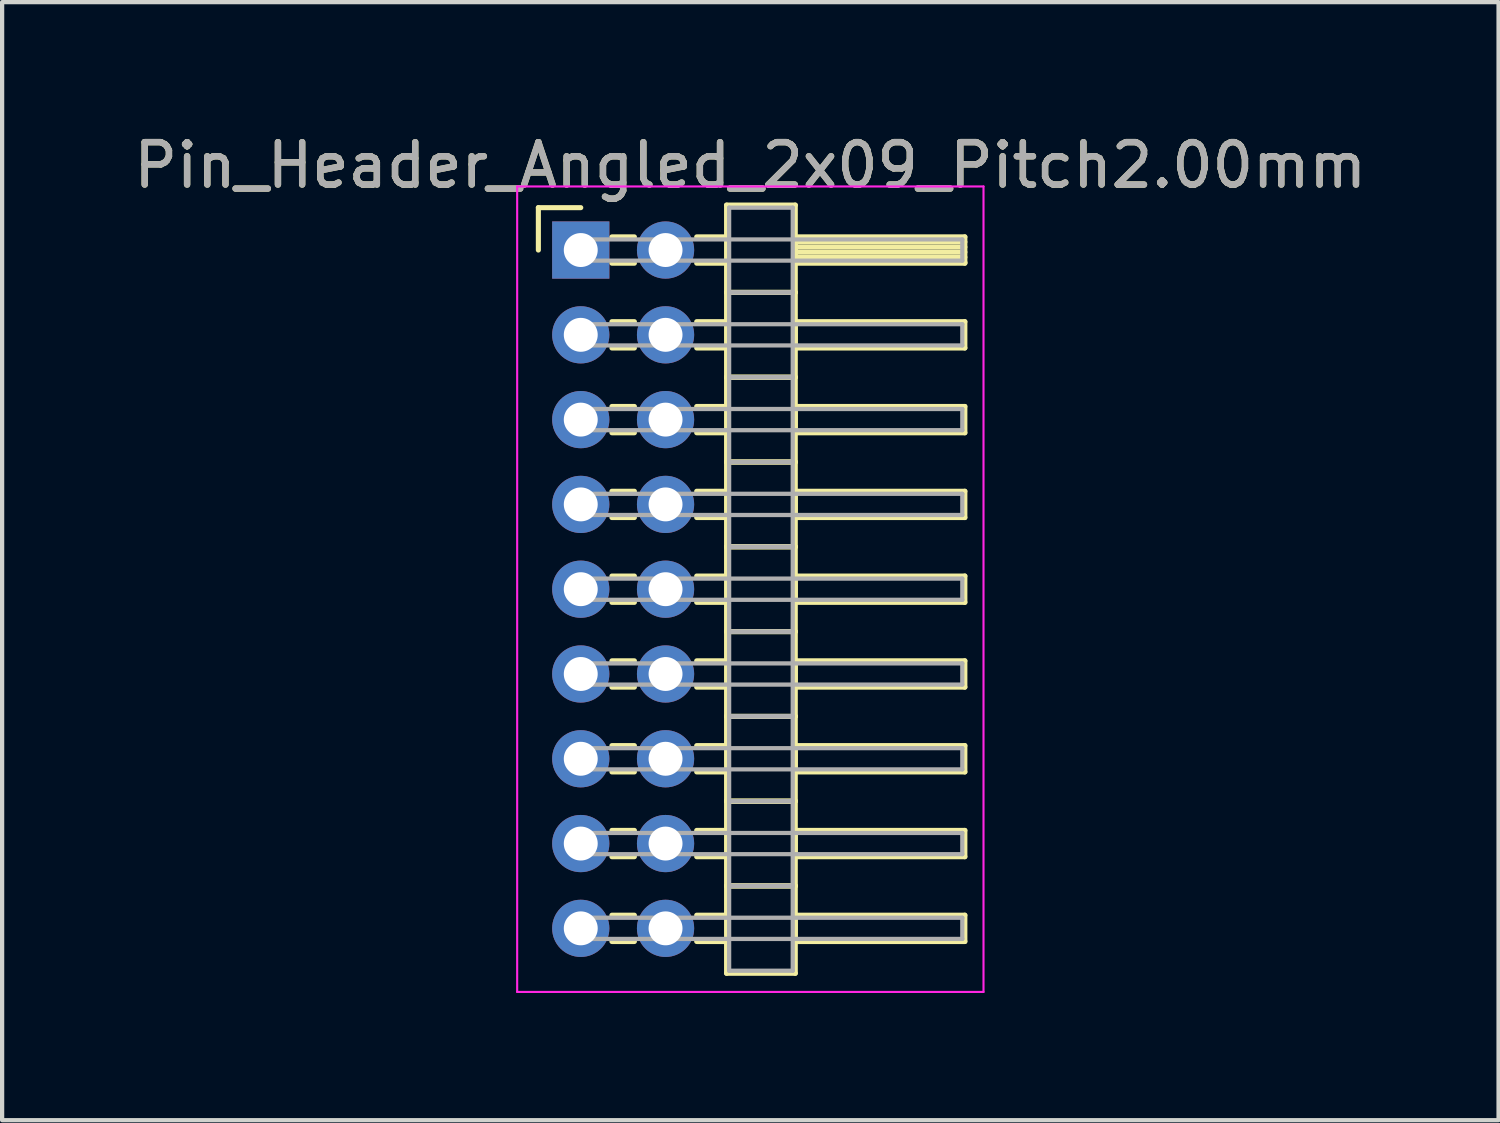
<source format=kicad_pcb>
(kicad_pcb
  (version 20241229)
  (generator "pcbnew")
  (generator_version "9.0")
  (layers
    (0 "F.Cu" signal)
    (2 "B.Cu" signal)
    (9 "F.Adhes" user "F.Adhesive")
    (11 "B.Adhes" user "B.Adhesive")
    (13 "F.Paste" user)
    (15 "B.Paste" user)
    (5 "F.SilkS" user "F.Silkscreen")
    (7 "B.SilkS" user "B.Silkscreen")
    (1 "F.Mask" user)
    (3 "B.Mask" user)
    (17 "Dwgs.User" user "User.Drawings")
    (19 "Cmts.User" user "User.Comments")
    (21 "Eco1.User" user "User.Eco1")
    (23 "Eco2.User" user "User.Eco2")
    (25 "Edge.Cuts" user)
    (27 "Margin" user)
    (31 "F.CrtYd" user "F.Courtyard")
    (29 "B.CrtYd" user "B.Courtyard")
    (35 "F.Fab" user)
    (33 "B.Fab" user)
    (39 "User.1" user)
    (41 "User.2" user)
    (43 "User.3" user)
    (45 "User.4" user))
  (footprint "Pin_Header_Angled_2x09_Pitch2.00mm"
    (layer "F.Cu")
    (at 10.649 2.848)
    (property "Reference" "Pin_Header_Angled_2x09_Pitch2.00mm" (at 4 -2 0) (layer "F.SilkS") (effects (font (size 1 1) (thickness 0.15))))
    (attr through_hole)
    (fp_line (start -1 -1) (end 0 -1) (stroke (width 0.12) (type solid)) (layer "F.SilkS"))
    (fp_line (start -1 0) (end -1 -1) (stroke (width 0.12) (type solid)) (layer "F.SilkS"))
    (fp_line (start 0.735 -0.31) (end 1.265 -0.31) (stroke (width 0.12) (type solid)) (layer "F.SilkS"))
    (fp_line (start 0.735 0.31) (end 1.265 0.31) (stroke (width 0.12) (type solid)) (layer "F.SilkS"))
    (fp_line (start 0.735 1.69) (end 1.265 1.69) (stroke (width 0.12) (type solid)) (layer "F.SilkS"))
    (fp_line (start 0.735 2.31) (end 1.265 2.31) (stroke (width 0.12) (type solid)) (layer "F.SilkS"))
    (fp_line (start 0.735 3.69) (end 1.265 3.69) (stroke (width 0.12) (type solid)) (layer "F.SilkS"))
    (fp_line (start 0.735 4.31) (end 1.265 4.31) (stroke (width 0.12) (type solid)) (layer "F.SilkS"))
    (fp_line (start 0.735 5.69) (end 1.265 5.69) (stroke (width 0.12) (type solid)) (layer "F.SilkS"))
    (fp_line (start 0.735 6.31) (end 1.265 6.31) (stroke (width 0.12) (type solid)) (layer "F.SilkS"))
    (fp_line (start 0.735 7.69) (end 1.265 7.69) (stroke (width 0.12) (type solid)) (layer "F.SilkS"))
    (fp_line (start 0.735 8.31) (end 1.265 8.31) (stroke (width 0.12) (type solid)) (layer "F.SilkS"))
    (fp_line (start 0.735 9.69) (end 1.265 9.69) (stroke (width 0.12) (type solid)) (layer "F.SilkS"))
    (fp_line (start 0.735 10.31) (end 1.265 10.31) (stroke (width 0.12) (type solid)) (layer "F.SilkS"))
    (fp_line (start 0.735 11.69) (end 1.265 11.69) (stroke (width 0.12) (type solid)) (layer "F.SilkS"))
    (fp_line (start 0.735 12.31) (end 1.265 12.31) (stroke (width 0.12) (type solid)) (layer "F.SilkS"))
    (fp_line (start 0.735 13.69) (end 1.265 13.69) (stroke (width 0.12) (type solid)) (layer "F.SilkS"))
    (fp_line (start 0.735 14.31) (end 1.265 14.31) (stroke (width 0.12) (type solid)) (layer "F.SilkS"))
    (fp_line (start 0.735 15.69) (end 1.265 15.69) (stroke (width 0.12) (type solid)) (layer "F.SilkS"))
    (fp_line (start 0.735 16.31) (end 1.265 16.31) (stroke (width 0.12) (type solid)) (layer "F.SilkS"))
    (fp_line (start 2.735 -0.31) (end 3.44 -0.31) (stroke (width 0.12) (type solid)) (layer "F.SilkS"))
    (fp_line (start 2.735 0.31) (end 3.44 0.31) (stroke (width 0.12) (type solid)) (layer "F.SilkS"))
    (fp_line (start 2.735 1.69) (end 3.44 1.69) (stroke (width 0.12) (type solid)) (layer "F.SilkS"))
    (fp_line (start 2.735 2.31) (end 3.44 2.31) (stroke (width 0.12) (type solid)) (layer "F.SilkS"))
    (fp_line (start 2.735 3.69) (end 3.44 3.69) (stroke (width 0.12) (type solid)) (layer "F.SilkS"))
    (fp_line (start 2.735 4.31) (end 3.44 4.31) (stroke (width 0.12) (type solid)) (layer "F.SilkS"))
    (fp_line (start 2.735 5.69) (end 3.44 5.69) (stroke (width 0.12) (type solid)) (layer "F.SilkS"))
    (fp_line (start 2.735 6.31) (end 3.44 6.31) (stroke (width 0.12) (type solid)) (layer "F.SilkS"))
    (fp_line (start 2.735 7.69) (end 3.44 7.69) (stroke (width 0.12) (type solid)) (layer "F.SilkS"))
    (fp_line (start 2.735 8.31) (end 3.44 8.31) (stroke (width 0.12) (type solid)) (layer "F.SilkS"))
    (fp_line (start 2.735 9.69) (end 3.44 9.69) (stroke (width 0.12) (type solid)) (layer "F.SilkS"))
    (fp_line (start 2.735 10.31) (end 3.44 10.31) (stroke (width 0.12) (type solid)) (layer "F.SilkS"))
    (fp_line (start 2.735 11.69) (end 3.44 11.69) (stroke (width 0.12) (type solid)) (layer "F.SilkS"))
    (fp_line (start 2.735 12.31) (end 3.44 12.31) (stroke (width 0.12) (type solid)) (layer "F.SilkS"))
    (fp_line (start 2.735 13.69) (end 3.44 13.69) (stroke (width 0.12) (type solid)) (layer "F.SilkS"))
    (fp_line (start 2.735 14.31) (end 3.44 14.31) (stroke (width 0.12) (type solid)) (layer "F.SilkS"))
    (fp_line (start 2.735 15.69) (end 3.44 15.69) (stroke (width 0.12) (type solid)) (layer "F.SilkS"))
    (fp_line (start 2.735 16.31) (end 3.44 16.31) (stroke (width 0.12) (type solid)) (layer "F.SilkS"))
    (fp_line (start 3.44 -1.06) (end 3.44 1) (stroke (width 0.12) (type solid)) (layer "F.SilkS"))
    (fp_line (start 3.44 1) (end 3.44 3) (stroke (width 0.12) (type solid)) (layer "F.SilkS"))
    (fp_line (start 3.44 1) (end 5.06 1) (stroke (width 0.12) (type solid)) (layer "F.SilkS"))
    (fp_line (start 3.44 3) (end 3.44 5) (stroke (width 0.12) (type solid)) (layer "F.SilkS"))
    (fp_line (start 3.44 3) (end 5.06 3) (stroke (width 0.12) (type solid)) (layer "F.SilkS"))
    (fp_line (start 3.44 5) (end 3.44 7) (stroke (width 0.12) (type solid)) (layer "F.SilkS"))
    (fp_line (start 3.44 5) (end 5.06 5) (stroke (width 0.12) (type solid)) (layer "F.SilkS"))
    (fp_line (start 3.44 7) (end 3.44 9) (stroke (width 0.12) (type solid)) (layer "F.SilkS"))
    (fp_line (start 3.44 7) (end 5.06 7) (stroke (width 0.12) (type solid)) (layer "F.SilkS"))
    (fp_line (start 3.44 9) (end 3.44 11) (stroke (width 0.12) (type solid)) (layer "F.SilkS"))
    (fp_line (start 3.44 9) (end 5.06 9) (stroke (width 0.12) (type solid)) (layer "F.SilkS"))
    (fp_line (start 3.44 11) (end 3.44 13) (stroke (width 0.12) (type solid)) (layer "F.SilkS"))
    (fp_line (start 3.44 11) (end 5.06 11) (stroke (width 0.12) (type solid)) (layer "F.SilkS"))
    (fp_line (start 3.44 13) (end 3.44 15) (stroke (width 0.12) (type solid)) (layer "F.SilkS"))
    (fp_line (start 3.44 13) (end 5.06 13) (stroke (width 0.12) (type solid)) (layer "F.SilkS"))
    (fp_line (start 3.44 15) (end 3.44 17.06) (stroke (width 0.12) (type solid)) (layer "F.SilkS"))
    (fp_line (start 3.44 15) (end 5.06 15) (stroke (width 0.12) (type solid)) (layer "F.SilkS"))
    (fp_line (start 3.44 17.06) (end 5.06 17.06) (stroke (width 0.12) (type solid)) (layer "F.SilkS"))
    (fp_line (start 5.06 -1.06) (end 3.44 -1.06) (stroke (width 0.12) (type solid)) (layer "F.SilkS"))
    (fp_line (start 5.06 -0.31) (end 5.06 0.31) (stroke (width 0.12) (type solid)) (layer "F.SilkS"))
    (fp_line (start 5.06 -0.19) (end 9.06 -0.19) (stroke (width 0.12) (type solid)) (layer "F.SilkS"))
    (fp_line (start 5.06 -0.07) (end 9.06 -0.07) (stroke (width 0.12) (type solid)) (layer "F.SilkS"))
    (fp_line (start 5.06 0.05) (end 9.06 0.05) (stroke (width 0.12) (type solid)) (layer "F.SilkS"))
    (fp_line (start 5.06 0.17) (end 9.06 0.17) (stroke (width 0.12) (type solid)) (layer "F.SilkS"))
    (fp_line (start 5.06 0.29) (end 9.06 0.29) (stroke (width 0.12) (type solid)) (layer "F.SilkS"))
    (fp_line (start 5.06 0.31) (end 9.06 0.31) (stroke (width 0.12) (type solid)) (layer "F.SilkS"))
    (fp_line (start 5.06 1) (end 3.44 1) (stroke (width 0.12) (type solid)) (layer "F.SilkS"))
    (fp_line (start 5.06 1) (end 5.06 -1.06) (stroke (width 0.12) (type solid)) (layer "F.SilkS"))
    (fp_line (start 5.06 1.69) (end 5.06 2.31) (stroke (width 0.12) (type solid)) (layer "F.SilkS"))
    (fp_line (start 5.06 2.31) (end 9.06 2.31) (stroke (width 0.12) (type solid)) (layer "F.SilkS"))
    (fp_line (start 5.06 3) (end 3.44 3) (stroke (width 0.12) (type solid)) (layer "F.SilkS"))
    (fp_line (start 5.06 3) (end 5.06 1) (stroke (width 0.12) (type solid)) (layer "F.SilkS"))
    (fp_line (start 5.06 3.69) (end 5.06 4.31) (stroke (width 0.12) (type solid)) (layer "F.SilkS"))
    (fp_line (start 5.06 4.31) (end 9.06 4.31) (stroke (width 0.12) (type solid)) (layer "F.SilkS"))
    (fp_line (start 5.06 5) (end 3.44 5) (stroke (width 0.12) (type solid)) (layer "F.SilkS"))
    (fp_line (start 5.06 5) (end 5.06 3) (stroke (width 0.12) (type solid)) (layer "F.SilkS"))
    (fp_line (start 5.06 5.69) (end 5.06 6.31) (stroke (width 0.12) (type solid)) (layer "F.SilkS"))
    (fp_line (start 5.06 6.31) (end 9.06 6.31) (stroke (width 0.12) (type solid)) (layer "F.SilkS"))
    (fp_line (start 5.06 7) (end 3.44 7) (stroke (width 0.12) (type solid)) (layer "F.SilkS"))
    (fp_line (start 5.06 7) (end 5.06 5) (stroke (width 0.12) (type solid)) (layer "F.SilkS"))
    (fp_line (start 5.06 7.69) (end 5.06 8.31) (stroke (width 0.12) (type solid)) (layer "F.SilkS"))
    (fp_line (start 5.06 8.31) (end 9.06 8.31) (stroke (width 0.12) (type solid)) (layer "F.SilkS"))
    (fp_line (start 5.06 9) (end 3.44 9) (stroke (width 0.12) (type solid)) (layer "F.SilkS"))
    (fp_line (start 5.06 9) (end 5.06 7) (stroke (width 0.12) (type solid)) (layer "F.SilkS"))
    (fp_line (start 5.06 9.69) (end 5.06 10.31) (stroke (width 0.12) (type solid)) (layer "F.SilkS"))
    (fp_line (start 5.06 10.31) (end 9.06 10.31) (stroke (width 0.12) (type solid)) (layer "F.SilkS"))
    (fp_line (start 5.06 11) (end 3.44 11) (stroke (width 0.12) (type solid)) (layer "F.SilkS"))
    (fp_line (start 5.06 11) (end 5.06 9) (stroke (width 0.12) (type solid)) (layer "F.SilkS"))
    (fp_line (start 5.06 11.69) (end 5.06 12.31) (stroke (width 0.12) (type solid)) (layer "F.SilkS"))
    (fp_line (start 5.06 12.31) (end 9.06 12.31) (stroke (width 0.12) (type solid)) (layer "F.SilkS"))
    (fp_line (start 5.06 13) (end 3.44 13) (stroke (width 0.12) (type solid)) (layer "F.SilkS"))
    (fp_line (start 5.06 13) (end 5.06 11) (stroke (width 0.12) (type solid)) (layer "F.SilkS"))
    (fp_line (start 5.06 13.69) (end 5.06 14.31) (stroke (width 0.12) (type solid)) (layer "F.SilkS"))
    (fp_line (start 5.06 14.31) (end 9.06 14.31) (stroke (width 0.12) (type solid)) (layer "F.SilkS"))
    (fp_line (start 5.06 15) (end 3.44 15) (stroke (width 0.12) (type solid)) (layer "F.SilkS"))
    (fp_line (start 5.06 15) (end 5.06 13) (stroke (width 0.12) (type solid)) (layer "F.SilkS"))
    (fp_line (start 5.06 15.69) (end 5.06 16.31) (stroke (width 0.12) (type solid)) (layer "F.SilkS"))
    (fp_line (start 5.06 16.31) (end 9.06 16.31) (stroke (width 0.12) (type solid)) (layer "F.SilkS"))
    (fp_line (start 5.06 17.06) (end 5.06 15) (stroke (width 0.12) (type solid)) (layer "F.SilkS"))
    (fp_line (start 9.06 -0.31) (end 5.06 -0.31) (stroke (width 0.12) (type solid)) (layer "F.SilkS"))
    (fp_line (start 9.06 0.31) (end 9.06 -0.31) (stroke (width 0.12) (type solid)) (layer "F.SilkS"))
    (fp_line (start 9.06 1.69) (end 5.06 1.69) (stroke (width 0.12) (type solid)) (layer "F.SilkS"))
    (fp_line (start 9.06 2.31) (end 9.06 1.69) (stroke (width 0.12) (type solid)) (layer "F.SilkS"))
    (fp_line (start 9.06 3.69) (end 5.06 3.69) (stroke (width 0.12) (type solid)) (layer "F.SilkS"))
    (fp_line (start 9.06 4.31) (end 9.06 3.69) (stroke (width 0.12) (type solid)) (layer "F.SilkS"))
    (fp_line (start 9.06 5.69) (end 5.06 5.69) (stroke (width 0.12) (type solid)) (layer "F.SilkS"))
    (fp_line (start 9.06 6.31) (end 9.06 5.69) (stroke (width 0.12) (type solid)) (layer "F.SilkS"))
    (fp_line (start 9.06 7.69) (end 5.06 7.69) (stroke (width 0.12) (type solid)) (layer "F.SilkS"))
    (fp_line (start 9.06 8.31) (end 9.06 7.69) (stroke (width 0.12) (type solid)) (layer "F.SilkS"))
    (fp_line (start 9.06 9.69) (end 5.06 9.69) (stroke (width 0.12) (type solid)) (layer "F.SilkS"))
    (fp_line (start 9.06 10.31) (end 9.06 9.69) (stroke (width 0.12) (type solid)) (layer "F.SilkS"))
    (fp_line (start 9.06 11.69) (end 5.06 11.69) (stroke (width 0.12) (type solid)) (layer "F.SilkS"))
    (fp_line (start 9.06 12.31) (end 9.06 11.69) (stroke (width 0.12) (type solid)) (layer "F.SilkS"))
    (fp_line (start 9.06 13.69) (end 5.06 13.69) (stroke (width 0.12) (type solid)) (layer "F.SilkS"))
    (fp_line (start 9.06 14.31) (end 9.06 13.69) (stroke (width 0.12) (type solid)) (layer "F.SilkS"))
    (fp_line (start 9.06 15.69) (end 5.06 15.69) (stroke (width 0.12) (type solid)) (layer "F.SilkS"))
    (fp_line (start 9.06 16.31) (end 9.06 15.69) (stroke (width 0.12) (type solid)) (layer "F.SilkS"))
    (fp_line (start -1.5 -1.5) (end -1.5 17.5) (stroke (width 0.05) (type solid)) (layer "F.CrtYd"))
    (fp_line (start -1.5 17.5) (end 9.5 17.5) (stroke (width 0.05) (type solid)) (layer "F.CrtYd"))
    (fp_line (start 9.5 -1.5) (end -1.5 -1.5) (stroke (width 0.05) (type solid)) (layer "F.CrtYd"))
    (fp_line (start 9.5 17.5) (end 9.5 -1.5) (stroke (width 0.05) (type solid)) (layer "F.CrtYd"))
    (fp_line (start 0 -0.25) (end 0 0.25) (stroke (width 0.1) (type solid)) (layer "F.Fab"))
    (fp_line (start 0 0.25) (end 9 0.25) (stroke (width 0.1) (type solid)) (layer "F.Fab"))
    (fp_line (start 0 1.75) (end 0 2.25) (stroke (width 0.1) (type solid)) (layer "F.Fab"))
    (fp_line (start 0 2.25) (end 9 2.25) (stroke (width 0.1) (type solid)) (layer "F.Fab"))
    (fp_line (start 0 3.75) (end 0 4.25) (stroke (width 0.1) (type solid)) (layer "F.Fab"))
    (fp_line (start 0 4.25) (end 9 4.25) (stroke (width 0.1) (type solid)) (layer "F.Fab"))
    (fp_line (start 0 5.75) (end 0 6.25) (stroke (width 0.1) (type solid)) (layer "F.Fab"))
    (fp_line (start 0 6.25) (end 9 6.25) (stroke (width 0.1) (type solid)) (layer "F.Fab"))
    (fp_line (start 0 7.75) (end 0 8.25) (stroke (width 0.1) (type solid)) (layer "F.Fab"))
    (fp_line (start 0 8.25) (end 9 8.25) (stroke (width 0.1) (type solid)) (layer "F.Fab"))
    (fp_line (start 0 9.75) (end 0 10.25) (stroke (width 0.1) (type solid)) (layer "F.Fab"))
    (fp_line (start 0 10.25) (end 9 10.25) (stroke (width 0.1) (type solid)) (layer "F.Fab"))
    (fp_line (start 0 11.75) (end 0 12.25) (stroke (width 0.1) (type solid)) (layer "F.Fab"))
    (fp_line (start 0 12.25) (end 9 12.25) (stroke (width 0.1) (type solid)) (layer "F.Fab"))
    (fp_line (start 0 13.75) (end 0 14.25) (stroke (width 0.1) (type solid)) (layer "F.Fab"))
    (fp_line (start 0 14.25) (end 9 14.25) (stroke (width 0.1) (type solid)) (layer "F.Fab"))
    (fp_line (start 0 15.75) (end 0 16.25) (stroke (width 0.1) (type solid)) (layer "F.Fab"))
    (fp_line (start 0 16.25) (end 9 16.25) (stroke (width 0.1) (type solid)) (layer "F.Fab"))
    (fp_line (start 3.5 -1) (end 3.5 1) (stroke (width 0.1) (type solid)) (layer "F.Fab"))
    (fp_line (start 3.5 1) (end 3.5 3) (stroke (width 0.1) (type solid)) (layer "F.Fab"))
    (fp_line (start 3.5 1) (end 5 1) (stroke (width 0.1) (type solid)) (layer "F.Fab"))
    (fp_line (start 3.5 3) (end 3.5 5) (stroke (width 0.1) (type solid)) (layer "F.Fab"))
    (fp_line (start 3.5 3) (end 5 3) (stroke (width 0.1) (type solid)) (layer "F.Fab"))
    (fp_line (start 3.5 5) (end 3.5 7) (stroke (width 0.1) (type solid)) (layer "F.Fab"))
    (fp_line (start 3.5 5) (end 5 5) (stroke (width 0.1) (type solid)) (layer "F.Fab"))
    (fp_line (start 3.5 7) (end 3.5 9) (stroke (width 0.1) (type solid)) (layer "F.Fab"))
    (fp_line (start 3.5 7) (end 5 7) (stroke (width 0.1) (type solid)) (layer "F.Fab"))
    (fp_line (start 3.5 9) (end 3.5 11) (stroke (width 0.1) (type solid)) (layer "F.Fab"))
    (fp_line (start 3.5 9) (end 5 9) (stroke (width 0.1) (type solid)) (layer "F.Fab"))
    (fp_line (start 3.5 11) (end 3.5 13) (stroke (width 0.1) (type solid)) (layer "F.Fab"))
    (fp_line (start 3.5 11) (end 5 11) (stroke (width 0.1) (type solid)) (layer "F.Fab"))
    (fp_line (start 3.5 13) (end 3.5 15) (stroke (width 0.1) (type solid)) (layer "F.Fab"))
    (fp_line (start 3.5 13) (end 5 13) (stroke (width 0.1) (type solid)) (layer "F.Fab"))
    (fp_line (start 3.5 15) (end 3.5 17) (stroke (width 0.1) (type solid)) (layer "F.Fab"))
    (fp_line (start 3.5 15) (end 5 15) (stroke (width 0.1) (type solid)) (layer "F.Fab"))
    (fp_line (start 3.5 17) (end 5 17) (stroke (width 0.1) (type solid)) (layer "F.Fab"))
    (fp_line (start 5 -1) (end 3.5 -1) (stroke (width 0.1) (type solid)) (layer "F.Fab"))
    (fp_line (start 5 1) (end 3.5 1) (stroke (width 0.1) (type solid)) (layer "F.Fab"))
    (fp_line (start 5 1) (end 5 -1) (stroke (width 0.1) (type solid)) (layer "F.Fab"))
    (fp_line (start 5 3) (end 3.5 3) (stroke (width 0.1) (type solid)) (layer "F.Fab"))
    (fp_line (start 5 3) (end 5 1) (stroke (width 0.1) (type solid)) (layer "F.Fab"))
    (fp_line (start 5 5) (end 3.5 5) (stroke (width 0.1) (type solid)) (layer "F.Fab"))
    (fp_line (start 5 5) (end 5 3) (stroke (width 0.1) (type solid)) (layer "F.Fab"))
    (fp_line (start 5 7) (end 3.5 7) (stroke (width 0.1) (type solid)) (layer "F.Fab"))
    (fp_line (start 5 7) (end 5 5) (stroke (width 0.1) (type solid)) (layer "F.Fab"))
    (fp_line (start 5 9) (end 3.5 9) (stroke (width 0.1) (type solid)) (layer "F.Fab"))
    (fp_line (start 5 9) (end 5 7) (stroke (width 0.1) (type solid)) (layer "F.Fab"))
    (fp_line (start 5 11) (end 3.5 11) (stroke (width 0.1) (type solid)) (layer "F.Fab"))
    (fp_line (start 5 11) (end 5 9) (stroke (width 0.1) (type solid)) (layer "F.Fab"))
    (fp_line (start 5 13) (end 3.5 13) (stroke (width 0.1) (type solid)) (layer "F.Fab"))
    (fp_line (start 5 13) (end 5 11) (stroke (width 0.1) (type solid)) (layer "F.Fab"))
    (fp_line (start 5 15) (end 3.5 15) (stroke (width 0.1) (type solid)) (layer "F.Fab"))
    (fp_line (start 5 15) (end 5 13) (stroke (width 0.1) (type solid)) (layer "F.Fab"))
    (fp_line (start 5 17) (end 5 15) (stroke (width 0.1) (type solid)) (layer "F.Fab"))
    (fp_line (start 9 -0.25) (end 0 -0.25) (stroke (width 0.1) (type solid)) (layer "F.Fab"))
    (fp_line (start 9 0.25) (end 9 -0.25) (stroke (width 0.1) (type solid)) (layer "F.Fab"))
    (fp_line (start 9 1.75) (end 0 1.75) (stroke (width 0.1) (type solid)) (layer "F.Fab"))
    (fp_line (start 9 2.25) (end 9 1.75) (stroke (width 0.1) (type solid)) (layer "F.Fab"))
    (fp_line (start 9 3.75) (end 0 3.75) (stroke (width 0.1) (type solid)) (layer "F.Fab"))
    (fp_line (start 9 4.25) (end 9 3.75) (stroke (width 0.1) (type solid)) (layer "F.Fab"))
    (fp_line (start 9 5.75) (end 0 5.75) (stroke (width 0.1) (type solid)) (layer "F.Fab"))
    (fp_line (start 9 6.25) (end 9 5.75) (stroke (width 0.1) (type solid)) (layer "F.Fab"))
    (fp_line (start 9 7.75) (end 0 7.75) (stroke (width 0.1) (type solid)) (layer "F.Fab"))
    (fp_line (start 9 8.25) (end 9 7.75) (stroke (width 0.1) (type solid)) (layer "F.Fab"))
    (fp_line (start 9 9.75) (end 0 9.75) (stroke (width 0.1) (type solid)) (layer "F.Fab"))
    (fp_line (start 9 10.25) (end 9 9.75) (stroke (width 0.1) (type solid)) (layer "F.Fab"))
    (fp_line (start 9 11.75) (end 0 11.75) (stroke (width 0.1) (type solid)) (layer "F.Fab"))
    (fp_line (start 9 12.25) (end 9 11.75) (stroke (width 0.1) (type solid)) (layer "F.Fab"))
    (fp_line (start 9 13.75) (end 0 13.75) (stroke (width 0.1) (type solid)) (layer "F.Fab"))
    (fp_line (start 9 14.25) (end 9 13.75) (stroke (width 0.1) (type solid)) (layer "F.Fab"))
    (fp_line (start 9 15.75) (end 0 15.75) (stroke (width 0.1) (type solid)) (layer "F.Fab"))
    (fp_line (start 9 16.25) (end 9 15.75) (stroke (width 0.1) (type solid)) (layer "F.Fab"))
    (fp_text user "${REFERENCE}" (at 4 -2 0) (layer "F.Fab") (effects (font (size 1 1) (thickness 0.15))))
    (pad "1" thru_hole rect (at 0 0) (size 1.35 1.35) (drill 0.8) (layers "*.Cu" "*.Mask"))
    (pad "2" thru_hole oval (at 2 0) (size 1.35 1.35) (drill 0.8) (layers "*.Cu" "*.Mask"))
    (pad "3" thru_hole oval (at 0 2) (size 1.35 1.35) (drill 0.8) (layers "*.Cu" "*.Mask"))
    (pad "4" thru_hole oval (at 2 2) (size 1.35 1.35) (drill 0.8) (layers "*.Cu" "*.Mask"))
    (pad "5" thru_hole oval (at 0 4) (size 1.35 1.35) (drill 0.8) (layers "*.Cu" "*.Mask"))
    (pad "6" thru_hole oval (at 2 4) (size 1.35 1.35) (drill 0.8) (layers "*.Cu" "*.Mask"))
    (pad "7" thru_hole oval (at 0 6) (size 1.35 1.35) (drill 0.8) (layers "*.Cu" "*.Mask"))
    (pad "8" thru_hole oval (at 2 6) (size 1.35 1.35) (drill 0.8) (layers "*.Cu" "*.Mask"))
    (pad "9" thru_hole oval (at 0 8) (size 1.35 1.35) (drill 0.8) (layers "*.Cu" "*.Mask"))
    (pad "10" thru_hole oval (at 2 8) (size 1.35 1.35) (drill 0.8) (layers "*.Cu" "*.Mask"))
    (pad "11" thru_hole oval (at 0 10) (size 1.35 1.35) (drill 0.8) (layers "*.Cu" "*.Mask"))
    (pad "12" thru_hole oval (at 2 10) (size 1.35 1.35) (drill 0.8) (layers "*.Cu" "*.Mask"))
    (pad "13" thru_hole oval (at 0 12) (size 1.35 1.35) (drill 0.8) (layers "*.Cu" "*.Mask"))
    (pad "14" thru_hole oval (at 2 12) (size 1.35 1.35) (drill 0.8) (layers "*.Cu" "*.Mask"))
    (pad "15" thru_hole oval (at 0 14) (size 1.35 1.35) (drill 0.8) (layers "*.Cu" "*.Mask"))
    (pad "16" thru_hole oval (at 2 14) (size 1.35 1.35) (drill 0.8) (layers "*.Cu" "*.Mask"))
    (pad "17" thru_hole oval (at 0 16) (size 1.35 1.35) (drill 0.8) (layers "*.Cu" "*.Mask"))
    (pad "18" thru_hole oval (at 2 16) (size 1.35 1.35) (drill 0.8) (layers "*.Cu" "*.Mask")))
  (gr_rect
    (start -3 -3)
    (end 32.298 23.373)
    (stroke (width 0.1) (type default))
    (fill no)
    (layer "Edge.Cuts")))
</source>
